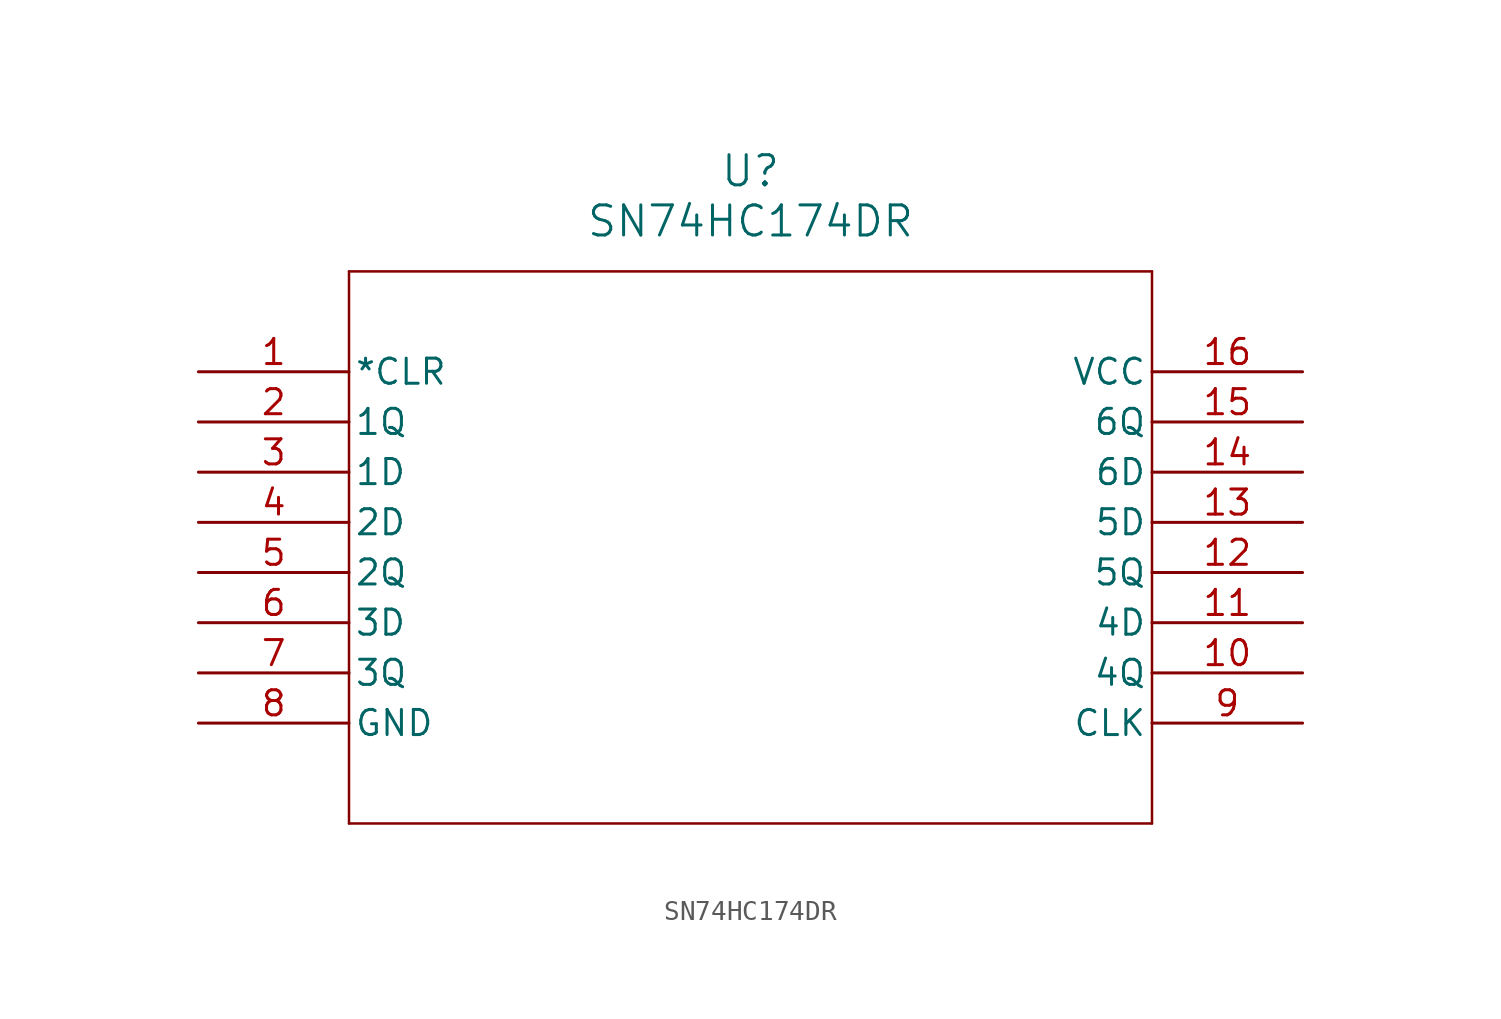
<source format=kicad_sym>
(kicad_symbol_lib
  (version 20211014)
  (generator kicad_symbol_editor)
  (symbol "SN74HC174DR"
    (pin_names
      (offset 0.254))
    (property "Reference" "U"
      (at 27.94 10.16 0)
      (effects (font (size 1.524 1.524))))
    (property "Value" "SN74HC174DR"
      (at 27.94 7.62 0)
      (effects (font (size 1.524 1.524))))
    (symbol "SN74HC174DR_0_1"
      (polyline (pts (xy 7.62 5.08) (xy 7.62 -22.86)) (stroke (width 0.127) (type default) (color 0 0 0 0)) (fill (type none)))
      (polyline (pts (xy 7.62 -22.86) (xy 48.26 -22.86)) (stroke (width 0.127) (type default) (color 0 0 0 0)) (fill (type none)))
      (polyline (pts (xy 48.26 -22.86) (xy 48.26 5.08)) (stroke (width 0.127) (type default) (color 0 0 0 0)) (fill (type none)))
      (polyline (pts (xy 48.26 5.08) (xy 7.62 5.08)) (stroke (width 0.127) (type default) (color 0 0 0 0)) (fill (type none)))
      (pin input line (at 0 0 0) (length 7.62) (name "*CLR" (effects (font (size 1.27 1.27)))) (number "1" (effects (font (size 1.27 1.27)))))
      (pin output line (at 0 -2.54 0) (length 7.62) (name "1Q" (effects (font (size 1.27 1.27)))) (number "2" (effects (font (size 1.27 1.27)))))
      (pin input line (at 0 -5.08 0) (length 7.62) (name "1D" (effects (font (size 1.27 1.27)))) (number "3" (effects (font (size 1.27 1.27)))))
      (pin input line (at 0 -7.62 0) (length 7.62) (name "2D" (effects (font (size 1.27 1.27)))) (number "4" (effects (font (size 1.27 1.27)))))
      (pin output line (at 0 -10.16 0) (length 7.62) (name "2Q" (effects (font (size 1.27 1.27)))) (number "5" (effects (font (size 1.27 1.27)))))
      (pin input line (at 0 -12.7 0) (length 7.62) (name "3D" (effects (font (size 1.27 1.27)))) (number "6" (effects (font (size 1.27 1.27)))))
      (pin output line (at 0 -15.24 0) (length 7.62) (name "3Q" (effects (font (size 1.27 1.27)))) (number "7" (effects (font (size 1.27 1.27)))))
      (pin power_in line (at 0 -17.78 0) (length 7.62) (name "GND" (effects (font (size 1.27 1.27)))) (number "8" (effects (font (size 1.27 1.27)))))
      (pin input line (at 55.88 -17.78 180) (length 7.62) (name "CLK" (effects (font (size 1.27 1.27)))) (number "9" (effects (font (size 1.27 1.27)))))
      (pin output line (at 55.88 -15.24 180) (length 7.62) (name "4Q" (effects (font (size 1.27 1.27)))) (number "10" (effects (font (size 1.27 1.27)))))
      (pin input line (at 55.88 -12.7 180) (length 7.62) (name "4D" (effects (font (size 1.27 1.27)))) (number "11" (effects (font (size 1.27 1.27)))))
      (pin output line (at 55.88 -10.16 180) (length 7.62) (name "5Q" (effects (font (size 1.27 1.27)))) (number "12" (effects (font (size 1.27 1.27)))))
      (pin input line (at 55.88 -7.62 180) (length 7.62) (name "5D" (effects (font (size 1.27 1.27)))) (number "13" (effects (font (size 1.27 1.27)))))
      (pin input line (at 55.88 -5.08 180) (length 7.62) (name "6D" (effects (font (size 1.27 1.27)))) (number "14" (effects (font (size 1.27 1.27)))))
      (pin output line (at 55.88 -2.54 180) (length 7.62) (name "6Q" (effects (font (size 1.27 1.27)))) (number "15" (effects (font (size 1.27 1.27)))))
      (pin power_in line (at 55.88 0 180) (length 7.62) (name "VCC" (effects (font (size 1.27 1.27)))) (number "16" (effects (font (size 1.27 1.27))))))))
</source>
